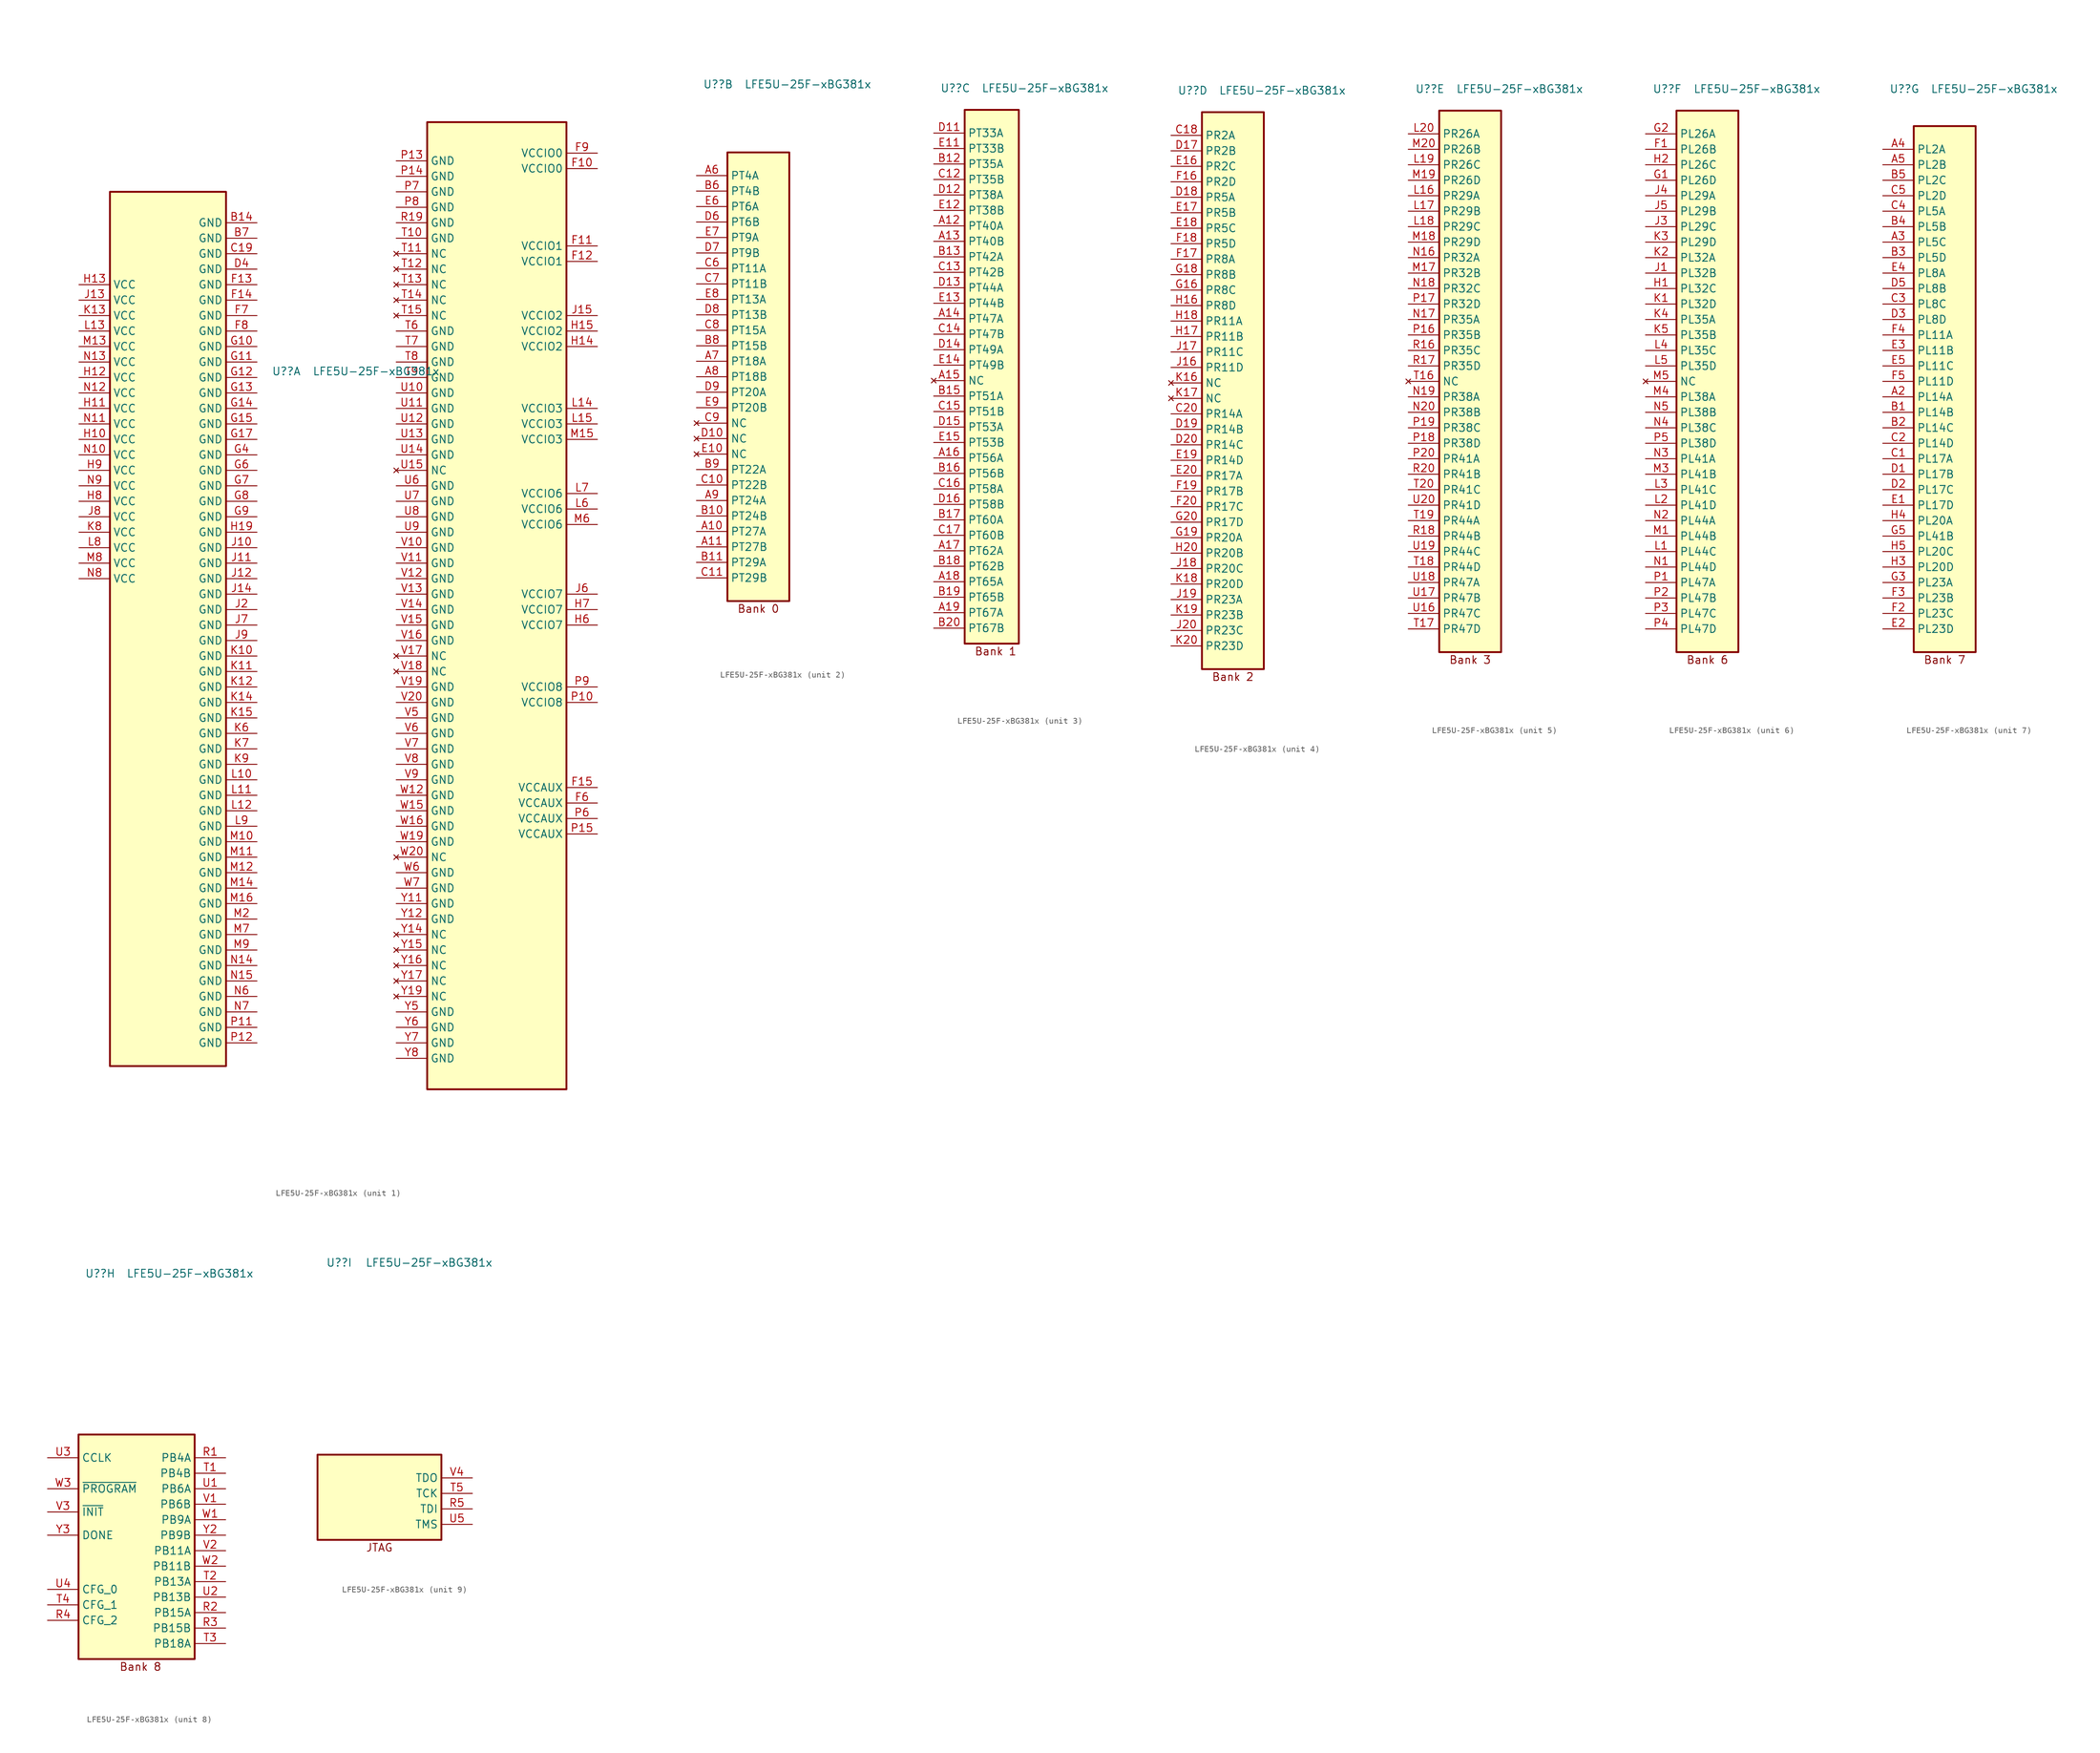
<source format=kicad_sym>
(kicad_symbol_lib
  (version 20231120)
  (generator "kicad_symbol_editor")
  (generator_version "8.0")
  (symbol "LFE5U-25F-xBG381x"
    (property "Reference" "U?"
      (at -6.604 45.466 0)
      (effects (font (size 1.27 1.27))))
    (property "Value" "LFE5U-25F-xBG381x"
      (at 8.128 45.466 0)
      (effects (font (size 1.27 1.27))))
    (property "ki_locked" ""
      (at 0 0 0)
      (effects (font (size 1.27 1.27))))
    (symbol "LFE5U-25F-xBG381x_1_1"
      (rectangle (start -35.56 74.93) (end -16.51 -68.58) (stroke (width 0.305) (type default)) (fill (type background)))
      (rectangle (start 16.51 86.36) (end 39.37 -72.39) (stroke (width 0.305) (type default)) (fill (type background)))
      (pin power_in line (at -11.43 69.85 180) (length 5.08) (name "GND" (effects (font (size 1.27 1.27)))) (number "B14" (effects (font (size 1.27 1.27)))))
      (pin power_in line (at -11.43 67.31 180) (length 5.08) (name "GND" (effects (font (size 1.27 1.27)))) (number "B7" (effects (font (size 1.27 1.27)))))
      (pin power_in line (at -11.43 64.77 180) (length 5.08) (name "GND" (effects (font (size 1.27 1.27)))) (number "C19" (effects (font (size 1.27 1.27)))))
      (pin power_in line (at -11.43 62.23 180) (length 5.08) (name "GND" (effects (font (size 1.27 1.27)))) (number "D4" (effects (font (size 1.27 1.27)))))
      (pin power_in line (at 44.45 78.74 180) (length 5.08) (name "VCCIO0" (effects (font (size 1.27 1.27)))) (number "F10" (effects (font (size 1.27 1.27)))))
      (pin power_in line (at 44.45 66.04 180) (length 5.08) (name "VCCIO1" (effects (font (size 1.27 1.27)))) (number "F11" (effects (font (size 1.27 1.27)))))
      (pin power_in line (at 44.45 63.5 180) (length 5.08) (name "VCCIO1" (effects (font (size 1.27 1.27)))) (number "F12" (effects (font (size 1.27 1.27)))))
      (pin power_in line (at -11.43 59.69 180) (length 5.08) (name "GND" (effects (font (size 1.27 1.27)))) (number "F13" (effects (font (size 1.27 1.27)))))
      (pin power_in line (at -11.43 57.15 180) (length 5.08) (name "GND" (effects (font (size 1.27 1.27)))) (number "F14" (effects (font (size 1.27 1.27)))))
      (pin power_in line (at 44.45 -22.86 180) (length 5.08) (name "VCCAUX" (effects (font (size 1.27 1.27)))) (number "F15" (effects (font (size 1.27 1.27)))))
      (pin power_in line (at 44.45 -25.4 180) (length 5.08) (name "VCCAUX" (effects (font (size 1.27 1.27)))) (number "F6" (effects (font (size 1.27 1.27)))))
      (pin power_in line (at -11.43 54.61 180) (length 5.08) (name "GND" (effects (font (size 1.27 1.27)))) (number "F7" (effects (font (size 1.27 1.27)))))
      (pin power_in line (at -11.43 52.07 180) (length 5.08) (name "GND" (effects (font (size 1.27 1.27)))) (number "F8" (effects (font (size 1.27 1.27)))))
      (pin power_in line (at 44.45 81.28 180) (length 5.08) (name "VCCIO0" (effects (font (size 1.27 1.27)))) (number "F9" (effects (font (size 1.27 1.27)))))
      (pin power_in line (at -11.43 49.53 180) (length 5.08) (name "GND" (effects (font (size 1.27 1.27)))) (number "G10" (effects (font (size 1.27 1.27)))))
      (pin power_in line (at -11.43 46.99 180) (length 5.08) (name "GND" (effects (font (size 1.27 1.27)))) (number "G11" (effects (font (size 1.27 1.27)))))
      (pin power_in line (at -11.43 44.45 180) (length 5.08) (name "GND" (effects (font (size 1.27 1.27)))) (number "G12" (effects (font (size 1.27 1.27)))))
      (pin power_in line (at -11.43 41.91 180) (length 5.08) (name "GND" (effects (font (size 1.27 1.27)))) (number "G13" (effects (font (size 1.27 1.27)))))
      (pin power_in line (at -11.43 39.37 180) (length 5.08) (name "GND" (effects (font (size 1.27 1.27)))) (number "G14" (effects (font (size 1.27 1.27)))))
      (pin power_in line (at -11.43 36.83 180) (length 5.08) (name "GND" (effects (font (size 1.27 1.27)))) (number "G15" (effects (font (size 1.27 1.27)))))
      (pin power_in line (at -11.43 34.29 180) (length 5.08) (name "GND" (effects (font (size 1.27 1.27)))) (number "G17" (effects (font (size 1.27 1.27)))))
      (pin power_in line (at -11.43 31.75 180) (length 5.08) (name "GND" (effects (font (size 1.27 1.27)))) (number "G4" (effects (font (size 1.27 1.27)))))
      (pin power_in line (at -11.43 29.21 180) (length 5.08) (name "GND" (effects (font (size 1.27 1.27)))) (number "G6" (effects (font (size 1.27 1.27)))))
      (pin power_in line (at -11.43 26.67 180) (length 5.08) (name "GND" (effects (font (size 1.27 1.27)))) (number "G7" (effects (font (size 1.27 1.27)))))
      (pin power_in line (at -11.43 24.13 180) (length 5.08) (name "GND" (effects (font (size 1.27 1.27)))) (number "G8" (effects (font (size 1.27 1.27)))))
      (pin power_in line (at -11.43 21.59 180) (length 5.08) (name "GND" (effects (font (size 1.27 1.27)))) (number "G9" (effects (font (size 1.27 1.27)))))
      (pin power_in line (at -40.64 34.29 0) (length 5.08) (name "VCC" (effects (font (size 1.27 1.27)))) (number "H10" (effects (font (size 1.27 1.27)))))
      (pin power_in line (at -40.64 39.37 0) (length 5.08) (name "VCC" (effects (font (size 1.27 1.27)))) (number "H11" (effects (font (size 1.27 1.27)))))
      (pin power_in line (at -40.64 44.45 0) (length 5.08) (name "VCC" (effects (font (size 1.27 1.27)))) (number "H12" (effects (font (size 1.27 1.27)))))
      (pin power_in line (at -40.64 59.69 0) (length 5.08) (name "VCC" (effects (font (size 1.27 1.27)))) (number "H13" (effects (font (size 1.27 1.27)))))
      (pin power_in line (at 44.45 49.53 180) (length 5.08) (name "VCCIO2" (effects (font (size 1.27 1.27)))) (number "H14" (effects (font (size 1.27 1.27)))))
      (pin power_in line (at 44.45 52.07 180) (length 5.08) (name "VCCIO2" (effects (font (size 1.27 1.27)))) (number "H15" (effects (font (size 1.27 1.27)))))
      (pin power_in line (at -11.43 19.05 180) (length 5.08) (name "GND" (effects (font (size 1.27 1.27)))) (number "H19" (effects (font (size 1.27 1.27)))))
      (pin power_in line (at 44.45 3.81 180) (length 5.08) (name "VCCIO7" (effects (font (size 1.27 1.27)))) (number "H6" (effects (font (size 1.27 1.27)))))
      (pin power_in line (at 44.45 6.35 180) (length 5.08) (name "VCCIO7" (effects (font (size 1.27 1.27)))) (number "H7" (effects (font (size 1.27 1.27)))))
      (pin power_in line (at -40.64 24.13 0) (length 5.08) (name "VCC" (effects (font (size 1.27 1.27)))) (number "H8" (effects (font (size 1.27 1.27)))))
      (pin power_in line (at -40.64 29.21 0) (length 5.08) (name "VCC" (effects (font (size 1.27 1.27)))) (number "H9" (effects (font (size 1.27 1.27)))))
      (pin power_in line (at -11.43 16.51 180) (length 5.08) (name "GND" (effects (font (size 1.27 1.27)))) (number "J10" (effects (font (size 1.27 1.27)))))
      (pin power_in line (at -11.43 13.97 180) (length 5.08) (name "GND" (effects (font (size 1.27 1.27)))) (number "J11" (effects (font (size 1.27 1.27)))))
      (pin power_in line (at -11.43 11.43 180) (length 5.08) (name "GND" (effects (font (size 1.27 1.27)))) (number "J12" (effects (font (size 1.27 1.27)))))
      (pin power_in line (at -40.64 57.15 0) (length 5.08) (name "VCC" (effects (font (size 1.27 1.27)))) (number "J13" (effects (font (size 1.27 1.27)))))
      (pin power_in line (at -11.43 8.89 180) (length 5.08) (name "GND" (effects (font (size 1.27 1.27)))) (number "J14" (effects (font (size 1.27 1.27)))))
      (pin power_in line (at 44.45 54.61 180) (length 5.08) (name "VCCIO2" (effects (font (size 1.27 1.27)))) (number "J15" (effects (font (size 1.27 1.27)))))
      (pin power_in line (at -11.43 6.35 180) (length 5.08) (name "GND" (effects (font (size 1.27 1.27)))) (number "J2" (effects (font (size 1.27 1.27)))))
      (pin power_in line (at 44.45 8.89 180) (length 5.08) (name "VCCIO7" (effects (font (size 1.27 1.27)))) (number "J6" (effects (font (size 1.27 1.27)))))
      (pin power_in line (at -11.43 3.81 180) (length 5.08) (name "GND" (effects (font (size 1.27 1.27)))) (number "J7" (effects (font (size 1.27 1.27)))))
      (pin power_in line (at -40.64 21.59 0) (length 5.08) (name "VCC" (effects (font (size 1.27 1.27)))) (number "J8" (effects (font (size 1.27 1.27)))))
      (pin power_in line (at -11.43 1.27 180) (length 5.08) (name "GND" (effects (font (size 1.27 1.27)))) (number "J9" (effects (font (size 1.27 1.27)))))
      (pin power_in line (at -11.43 -1.27 180) (length 5.08) (name "GND" (effects (font (size 1.27 1.27)))) (number "K10" (effects (font (size 1.27 1.27)))))
      (pin power_in line (at -11.43 -3.81 180) (length 5.08) (name "GND" (effects (font (size 1.27 1.27)))) (number "K11" (effects (font (size 1.27 1.27)))))
      (pin power_in line (at -11.43 -6.35 180) (length 5.08) (name "GND" (effects (font (size 1.27 1.27)))) (number "K12" (effects (font (size 1.27 1.27)))))
      (pin power_in line (at -40.64 54.61 0) (length 5.08) (name "VCC" (effects (font (size 1.27 1.27)))) (number "K13" (effects (font (size 1.27 1.27)))))
      (pin power_in line (at -11.43 -8.89 180) (length 5.08) (name "GND" (effects (font (size 1.27 1.27)))) (number "K14" (effects (font (size 1.27 1.27)))))
      (pin power_in line (at -11.43 -11.43 180) (length 5.08) (name "GND" (effects (font (size 1.27 1.27)))) (number "K15" (effects (font (size 1.27 1.27)))))
      (pin power_in line (at -11.43 -13.97 180) (length 5.08) (name "GND" (effects (font (size 1.27 1.27)))) (number "K6" (effects (font (size 1.27 1.27)))))
      (pin power_in line (at -11.43 -16.51 180) (length 5.08) (name "GND" (effects (font (size 1.27 1.27)))) (number "K7" (effects (font (size 1.27 1.27)))))
      (pin power_in line (at -40.64 19.05 0) (length 5.08) (name "VCC" (effects (font (size 1.27 1.27)))) (number "K8" (effects (font (size 1.27 1.27)))))
      (pin power_in line (at -11.43 -19.05 180) (length 5.08) (name "GND" (effects (font (size 1.27 1.27)))) (number "K9" (effects (font (size 1.27 1.27)))))
      (pin power_in line (at -11.43 -21.59 180) (length 5.08) (name "GND" (effects (font (size 1.27 1.27)))) (number "L10" (effects (font (size 1.27 1.27)))))
      (pin power_in line (at -11.43 -24.13 180) (length 5.08) (name "GND" (effects (font (size 1.27 1.27)))) (number "L11" (effects (font (size 1.27 1.27)))))
      (pin power_in line (at -11.43 -26.67 180) (length 5.08) (name "GND" (effects (font (size 1.27 1.27)))) (number "L12" (effects (font (size 1.27 1.27)))))
      (pin power_in line (at -40.64 52.07 0) (length 5.08) (name "VCC" (effects (font (size 1.27 1.27)))) (number "L13" (effects (font (size 1.27 1.27)))))
      (pin power_in line (at 44.45 39.37 180) (length 5.08) (name "VCCIO3" (effects (font (size 1.27 1.27)))) (number "L14" (effects (font (size 1.27 1.27)))))
      (pin power_in line (at 44.45 36.83 180) (length 5.08) (name "VCCIO3" (effects (font (size 1.27 1.27)))) (number "L15" (effects (font (size 1.27 1.27)))))
      (pin power_in line (at 44.45 22.86 180) (length 5.08) (name "VCCIO6" (effects (font (size 1.27 1.27)))) (number "L6" (effects (font (size 1.27 1.27)))))
      (pin power_in line (at 44.45 25.4 180) (length 5.08) (name "VCCIO6" (effects (font (size 1.27 1.27)))) (number "L7" (effects (font (size 1.27 1.27)))))
      (pin power_in line (at -40.64 16.51 0) (length 5.08) (name "VCC" (effects (font (size 1.27 1.27)))) (number "L8" (effects (font (size 1.27 1.27)))))
      (pin power_in line (at -11.43 -29.21 180) (length 5.08) (name "GND" (effects (font (size 1.27 1.27)))) (number "L9" (effects (font (size 1.27 1.27)))))
      (pin power_in line (at -11.43 -31.75 180) (length 5.08) (name "GND" (effects (font (size 1.27 1.27)))) (number "M10" (effects (font (size 1.27 1.27)))))
      (pin power_in line (at -11.43 -34.29 180) (length 5.08) (name "GND" (effects (font (size 1.27 1.27)))) (number "M11" (effects (font (size 1.27 1.27)))))
      (pin power_in line (at -11.43 -36.83 180) (length 5.08) (name "GND" (effects (font (size 1.27 1.27)))) (number "M12" (effects (font (size 1.27 1.27)))))
      (pin power_in line (at -40.64 49.53 0) (length 5.08) (name "VCC" (effects (font (size 1.27 1.27)))) (number "M13" (effects (font (size 1.27 1.27)))))
      (pin power_in line (at -11.43 -39.37 180) (length 5.08) (name "GND" (effects (font (size 1.27 1.27)))) (number "M14" (effects (font (size 1.27 1.27)))))
      (pin power_in line (at 44.45 34.29 180) (length 5.08) (name "VCCIO3" (effects (font (size 1.27 1.27)))) (number "M15" (effects (font (size 1.27 1.27)))))
      (pin power_in line (at -11.43 -41.91 180) (length 5.08) (name "GND" (effects (font (size 1.27 1.27)))) (number "M16" (effects (font (size 1.27 1.27)))))
      (pin power_in line (at -11.43 -44.45 180) (length 5.08) (name "GND" (effects (font (size 1.27 1.27)))) (number "M2" (effects (font (size 1.27 1.27)))))
      (pin power_in line (at 44.45 20.32 180) (length 5.08) (name "VCCIO6" (effects (font (size 1.27 1.27)))) (number "M6" (effects (font (size 1.27 1.27)))))
      (pin power_in line (at -11.43 -46.99 180) (length 5.08) (name "GND" (effects (font (size 1.27 1.27)))) (number "M7" (effects (font (size 1.27 1.27)))))
      (pin power_in line (at -40.64 13.97 0) (length 5.08) (name "VCC" (effects (font (size 1.27 1.27)))) (number "M8" (effects (font (size 1.27 1.27)))))
      (pin power_in line (at -11.43 -49.53 180) (length 5.08) (name "GND" (effects (font (size 1.27 1.27)))) (number "M9" (effects (font (size 1.27 1.27)))))
      (pin power_in line (at -40.64 31.75 0) (length 5.08) (name "VCC" (effects (font (size 1.27 1.27)))) (number "N10" (effects (font (size 1.27 1.27)))))
      (pin power_in line (at -40.64 36.83 0) (length 5.08) (name "VCC" (effects (font (size 1.27 1.27)))) (number "N11" (effects (font (size 1.27 1.27)))))
      (pin power_in line (at -40.64 41.91 0) (length 5.08) (name "VCC" (effects (font (size 1.27 1.27)))) (number "N12" (effects (font (size 1.27 1.27)))))
      (pin power_in line (at -40.64 46.99 0) (length 5.08) (name "VCC" (effects (font (size 1.27 1.27)))) (number "N13" (effects (font (size 1.27 1.27)))))
      (pin power_in line (at -11.43 -52.07 180) (length 5.08) (name "GND" (effects (font (size 1.27 1.27)))) (number "N14" (effects (font (size 1.27 1.27)))))
      (pin power_in line (at -11.43 -54.61 180) (length 5.08) (name "GND" (effects (font (size 1.27 1.27)))) (number "N15" (effects (font (size 1.27 1.27)))))
      (pin power_in line (at -11.43 -57.15 180) (length 5.08) (name "GND" (effects (font (size 1.27 1.27)))) (number "N6" (effects (font (size 1.27 1.27)))))
      (pin power_in line (at -11.43 -59.69 180) (length 5.08) (name "GND" (effects (font (size 1.27 1.27)))) (number "N7" (effects (font (size 1.27 1.27)))))
      (pin power_in line (at -40.64 11.43 0) (length 5.08) (name "VCC" (effects (font (size 1.27 1.27)))) (number "N8" (effects (font (size 1.27 1.27)))))
      (pin power_in line (at -40.64 26.67 0) (length 5.08) (name "VCC" (effects (font (size 1.27 1.27)))) (number "N9" (effects (font (size 1.27 1.27)))))
      (pin power_in line (at 44.45 -8.89 180) (length 5.08) (name "VCCIO8" (effects (font (size 1.27 1.27)))) (number "P10" (effects (font (size 1.27 1.27)))))
      (pin power_in line (at -11.43 -62.23 180) (length 5.08) (name "GND" (effects (font (size 1.27 1.27)))) (number "P11" (effects (font (size 1.27 1.27)))))
      (pin power_in line (at -11.43 -64.77 180) (length 5.08) (name "GND" (effects (font (size 1.27 1.27)))) (number "P12" (effects (font (size 1.27 1.27)))))
      (pin power_in line (at 11.43 80.01 0) (length 5.08) (name "GND" (effects (font (size 1.27 1.27)))) (number "P13" (effects (font (size 1.27 1.27)))))
      (pin power_in line (at 11.43 77.47 0) (length 5.08) (name "GND" (effects (font (size 1.27 1.27)))) (number "P14" (effects (font (size 1.27 1.27)))))
      (pin power_in line (at 44.45 -30.48 180) (length 5.08) (name "VCCAUX" (effects (font (size 1.27 1.27)))) (number "P15" (effects (font (size 1.27 1.27)))))
      (pin power_in line (at 44.45 -27.94 180) (length 5.08) (name "VCCAUX" (effects (font (size 1.27 1.27)))) (number "P6" (effects (font (size 1.27 1.27)))))
      (pin power_in line (at 11.43 74.93 0) (length 5.08) (name "GND" (effects (font (size 1.27 1.27)))) (number "P7" (effects (font (size 1.27 1.27)))))
      (pin power_in line (at 11.43 72.39 0) (length 5.08) (name "GND" (effects (font (size 1.27 1.27)))) (number "P8" (effects (font (size 1.27 1.27)))))
      (pin power_in line (at 44.45 -6.35 180) (length 5.08) (name "VCCIO8" (effects (font (size 1.27 1.27)))) (number "P9" (effects (font (size 1.27 1.27)))))
      (pin power_in line (at 11.43 69.85 0) (length 5.08) (name "GND" (effects (font (size 1.27 1.27)))) (number "R19" (effects (font (size 1.27 1.27)))))
      (pin power_in line (at 11.43 67.31 0) (length 5.08) (name "GND" (effects (font (size 1.27 1.27)))) (number "T10" (effects (font (size 1.27 1.27)))))
      (pin no_connect line (at 11.43 64.77 0) (length 5.08) (name "NC" (effects (font (size 1.27 1.27)))) (number "T11" (effects (font (size 1.27 1.27)))))
      (pin no_connect line (at 11.43 62.23 0) (length 5.08) (name "NC" (effects (font (size 1.27 1.27)))) (number "T12" (effects (font (size 1.27 1.27)))))
      (pin no_connect line (at 11.43 59.69 0) (length 5.08) (name "NC" (effects (font (size 1.27 1.27)))) (number "T13" (effects (font (size 1.27 1.27)))))
      (pin no_connect line (at 11.43 57.15 0) (length 5.08) (name "NC" (effects (font (size 1.27 1.27)))) (number "T14" (effects (font (size 1.27 1.27)))))
      (pin no_connect line (at 11.43 54.61 0) (length 5.08) (name "NC" (effects (font (size 1.27 1.27)))) (number "T15" (effects (font (size 1.27 1.27)))))
      (pin power_in line (at 11.43 52.07 0) (length 5.08) (name "GND" (effects (font (size 1.27 1.27)))) (number "T6" (effects (font (size 1.27 1.27)))))
      (pin power_in line (at 11.43 49.53 0) (length 5.08) (name "GND" (effects (font (size 1.27 1.27)))) (number "T7" (effects (font (size 1.27 1.27)))))
      (pin power_in line (at 11.43 46.99 0) (length 5.08) (name "GND" (effects (font (size 1.27 1.27)))) (number "T8" (effects (font (size 1.27 1.27)))))
      (pin power_in line (at 11.43 44.45 0) (length 5.08) (name "GND" (effects (font (size 1.27 1.27)))) (number "T9" (effects (font (size 1.27 1.27)))))
      (pin power_in line (at 11.43 41.91 0) (length 5.08) (name "GND" (effects (font (size 1.27 1.27)))) (number "U10" (effects (font (size 1.27 1.27)))))
      (pin power_in line (at 11.43 39.37 0) (length 5.08) (name "GND" (effects (font (size 1.27 1.27)))) (number "U11" (effects (font (size 1.27 1.27)))))
      (pin power_in line (at 11.43 36.83 0) (length 5.08) (name "GND" (effects (font (size 1.27 1.27)))) (number "U12" (effects (font (size 1.27 1.27)))))
      (pin power_in line (at 11.43 34.29 0) (length 5.08) (name "GND" (effects (font (size 1.27 1.27)))) (number "U13" (effects (font (size 1.27 1.27)))))
      (pin power_in line (at 11.43 31.75 0) (length 5.08) (name "GND" (effects (font (size 1.27 1.27)))) (number "U14" (effects (font (size 1.27 1.27)))))
      (pin no_connect line (at 11.43 29.21 0) (length 5.08) (name "NC" (effects (font (size 1.27 1.27)))) (number "U15" (effects (font (size 1.27 1.27)))))
      (pin power_in line (at 11.43 26.67 0) (length 5.08) (name "GND" (effects (font (size 1.27 1.27)))) (number "U6" (effects (font (size 1.27 1.27)))))
      (pin power_in line (at 11.43 24.13 0) (length 5.08) (name "GND" (effects (font (size 1.27 1.27)))) (number "U7" (effects (font (size 1.27 1.27)))))
      (pin power_in line (at 11.43 21.59 0) (length 5.08) (name "GND" (effects (font (size 1.27 1.27)))) (number "U8" (effects (font (size 1.27 1.27)))))
      (pin power_in line (at 11.43 19.05 0) (length 5.08) (name "GND" (effects (font (size 1.27 1.27)))) (number "U9" (effects (font (size 1.27 1.27)))))
      (pin power_in line (at 11.43 16.51 0) (length 5.08) (name "GND" (effects (font (size 1.27 1.27)))) (number "V10" (effects (font (size 1.27 1.27)))))
      (pin power_in line (at 11.43 13.97 0) (length 5.08) (name "GND" (effects (font (size 1.27 1.27)))) (number "V11" (effects (font (size 1.27 1.27)))))
      (pin power_in line (at 11.43 11.43 0) (length 5.08) (name "GND" (effects (font (size 1.27 1.27)))) (number "V12" (effects (font (size 1.27 1.27)))))
      (pin power_in line (at 11.43 8.89 0) (length 5.08) (name "GND" (effects (font (size 1.27 1.27)))) (number "V13" (effects (font (size 1.27 1.27)))))
      (pin power_in line (at 11.43 6.35 0) (length 5.08) (name "GND" (effects (font (size 1.27 1.27)))) (number "V14" (effects (font (size 1.27 1.27)))))
      (pin power_in line (at 11.43 3.81 0) (length 5.08) (name "GND" (effects (font (size 1.27 1.27)))) (number "V15" (effects (font (size 1.27 1.27)))))
      (pin power_in line (at 11.43 1.27 0) (length 5.08) (name "GND" (effects (font (size 1.27 1.27)))) (number "V16" (effects (font (size 1.27 1.27)))))
      (pin no_connect line (at 11.43 -1.27 0) (length 5.08) (name "NC" (effects (font (size 1.27 1.27)))) (number "V17" (effects (font (size 1.27 1.27)))))
      (pin no_connect line (at 11.43 -3.81 0) (length 5.08) (name "NC" (effects (font (size 1.27 1.27)))) (number "V18" (effects (font (size 1.27 1.27)))))
      (pin power_in line (at 11.43 -6.35 0) (length 5.08) (name "GND" (effects (font (size 1.27 1.27)))) (number "V19" (effects (font (size 1.27 1.27)))))
      (pin power_in line (at 11.43 -8.89 0) (length 5.08) (name "GND" (effects (font (size 1.27 1.27)))) (number "V20" (effects (font (size 1.27 1.27)))))
      (pin power_in line (at 11.43 -11.43 0) (length 5.08) (name "GND" (effects (font (size 1.27 1.27)))) (number "V5" (effects (font (size 1.27 1.27)))))
      (pin power_in line (at 11.43 -13.97 0) (length 5.08) (name "GND" (effects (font (size 1.27 1.27)))) (number "V6" (effects (font (size 1.27 1.27)))))
      (pin power_in line (at 11.43 -16.51 0) (length 5.08) (name "GND" (effects (font (size 1.27 1.27)))) (number "V7" (effects (font (size 1.27 1.27)))))
      (pin power_in line (at 11.43 -19.05 0) (length 5.08) (name "GND" (effects (font (size 1.27 1.27)))) (number "V8" (effects (font (size 1.27 1.27)))))
      (pin power_in line (at 11.43 -21.59 0) (length 5.08) (name "GND" (effects (font (size 1.27 1.27)))) (number "V9" (effects (font (size 1.27 1.27)))))
      (pin power_in line (at 11.43 -24.13 0) (length 5.08) (name "GND" (effects (font (size 1.27 1.27)))) (number "W12" (effects (font (size 1.27 1.27)))))
      (pin power_in line (at 11.43 -26.67 0) (length 5.08) (name "GND" (effects (font (size 1.27 1.27)))) (number "W15" (effects (font (size 1.27 1.27)))))
      (pin power_in line (at 11.43 -29.21 0) (length 5.08) (name "GND" (effects (font (size 1.27 1.27)))) (number "W16" (effects (font (size 1.27 1.27)))))
      (pin power_in line (at 11.43 -31.75 0) (length 5.08) (name "GND" (effects (font (size 1.27 1.27)))) (number "W19" (effects (font (size 1.27 1.27)))))
      (pin no_connect line (at 11.43 -34.29 0) (length 5.08) (name "NC" (effects (font (size 1.27 1.27)))) (number "W20" (effects (font (size 1.27 1.27)))))
      (pin power_in line (at 11.43 -36.83 0) (length 5.08) (name "GND" (effects (font (size 1.27 1.27)))) (number "W6" (effects (font (size 1.27 1.27)))))
      (pin power_in line (at 11.43 -39.37 0) (length 5.08) (name "GND" (effects (font (size 1.27 1.27)))) (number "W7" (effects (font (size 1.27 1.27)))))
      (pin power_in line (at 11.43 -41.91 0) (length 5.08) (name "GND" (effects (font (size 1.27 1.27)))) (number "Y11" (effects (font (size 1.27 1.27)))))
      (pin power_in line (at 11.43 -44.45 0) (length 5.08) (name "GND" (effects (font (size 1.27 1.27)))) (number "Y12" (effects (font (size 1.27 1.27)))))
      (pin no_connect line (at 11.43 -46.99 0) (length 5.08) (name "NC" (effects (font (size 1.27 1.27)))) (number "Y14" (effects (font (size 1.27 1.27)))))
      (pin no_connect line (at 11.43 -49.53 0) (length 5.08) (name "NC" (effects (font (size 1.27 1.27)))) (number "Y15" (effects (font (size 1.27 1.27)))))
      (pin no_connect line (at 11.43 -52.07 0) (length 5.08) (name "NC" (effects (font (size 1.27 1.27)))) (number "Y16" (effects (font (size 1.27 1.27)))))
      (pin no_connect line (at 11.43 -54.61 0) (length 5.08) (name "NC" (effects (font (size 1.27 1.27)))) (number "Y17" (effects (font (size 1.27 1.27)))))
      (pin no_connect line (at 11.43 -57.15 0) (length 5.08) (name "NC" (effects (font (size 1.27 1.27)))) (number "Y19" (effects (font (size 1.27 1.27)))))
      (pin power_in line (at 11.43 -59.69 0) (length 5.08) (name "GND" (effects (font (size 1.27 1.27)))) (number "Y5" (effects (font (size 1.27 1.27)))))
      (pin power_in line (at 11.43 -62.23 0) (length 5.08) (name "GND" (effects (font (size 1.27 1.27)))) (number "Y6" (effects (font (size 1.27 1.27)))))
      (pin power_in line (at 11.43 -64.77 0) (length 5.08) (name "GND" (effects (font (size 1.27 1.27)))) (number "Y7" (effects (font (size 1.27 1.27)))))
      (pin power_in line (at 11.43 -67.31 0) (length 5.08) (name "GND" (effects (font (size 1.27 1.27)))) (number "Y8" (effects (font (size 1.27 1.27))))))
    (symbol "LFE5U-25F-xBG381x_2_1"
      (rectangle (start -5.08 34.29) (end 5.08 -39.37) (stroke (width 0.305) (type default)) (fill (type background)))
      (text "Bank 0" (at 0 -40.64 0) (effects (font (size 1.27 1.27))))
      (pin bidirectional line (at -10.16 -27.94 0) (length 5.08) (name "PT27A" (effects (font (size 1.27 1.27)))) (number "A10" (effects (font (size 1.27 1.27)))))
      (pin bidirectional line (at -10.16 -30.48 0) (length 5.08) (name "PT27B" (effects (font (size 1.27 1.27)))) (number "A11" (effects (font (size 1.27 1.27)))))
      (pin bidirectional line (at -10.16 30.48 0) (length 5.08) (name "PT4A" (effects (font (size 1.27 1.27)))) (number "A6" (effects (font (size 1.27 1.27)))))
      (pin bidirectional line (at -10.16 0 0) (length 5.08) (name "PT18A" (effects (font (size 1.27 1.27)))) (number "A7" (effects (font (size 1.27 1.27)))))
      (pin bidirectional line (at -10.16 -2.54 0) (length 5.08) (name "PT18B" (effects (font (size 1.27 1.27)))) (number "A8" (effects (font (size 1.27 1.27)))))
      (pin bidirectional line (at -10.16 -22.86 0) (length 5.08) (name "PT24A" (effects (font (size 1.27 1.27)))) (number "A9" (effects (font (size 1.27 1.27)))))
      (pin bidirectional line (at -10.16 -25.4 0) (length 5.08) (name "PT24B" (effects (font (size 1.27 1.27)))) (number "B10" (effects (font (size 1.27 1.27)))))
      (pin bidirectional line (at -10.16 -33.02 0) (length 5.08) (name "PT29A" (effects (font (size 1.27 1.27)))) (number "B11" (effects (font (size 1.27 1.27)))))
      (pin bidirectional line (at -10.16 27.94 0) (length 5.08) (name "PT4B" (effects (font (size 1.27 1.27)))) (number "B6" (effects (font (size 1.27 1.27)))))
      (pin bidirectional line (at -10.16 2.54 0) (length 5.08) (name "PT15B" (effects (font (size 1.27 1.27)))) (number "B8" (effects (font (size 1.27 1.27)))))
      (pin bidirectional line (at -10.16 -17.78 0) (length 5.08) (name "PT22A" (effects (font (size 1.27 1.27)))) (number "B9" (effects (font (size 1.27 1.27)))))
      (pin bidirectional line (at -10.16 -20.32 0) (length 5.08) (name "PT22B" (effects (font (size 1.27 1.27)))) (number "C10" (effects (font (size 1.27 1.27)))))
      (pin bidirectional line (at -10.16 -35.56 0) (length 5.08) (name "PT29B" (effects (font (size 1.27 1.27)))) (number "C11" (effects (font (size 1.27 1.27)))))
      (pin bidirectional line (at -10.16 15.24 0) (length 5.08) (name "PT11A" (effects (font (size 1.27 1.27)))) (number "C6" (effects (font (size 1.27 1.27)))))
      (pin bidirectional line (at -10.16 12.7 0) (length 5.08) (name "PT11B" (effects (font (size 1.27 1.27)))) (number "C7" (effects (font (size 1.27 1.27)))))
      (pin bidirectional line (at -10.16 5.08 0) (length 5.08) (name "PT15A" (effects (font (size 1.27 1.27)))) (number "C8" (effects (font (size 1.27 1.27)))))
      (pin no_connect line (at -10.16 -10.16 0) (length 5.08) (name "NC" (effects (font (size 1.27 1.27)))) (number "C9" (effects (font (size 1.27 1.27)))))
      (pin no_connect line (at -10.16 -12.7 0) (length 5.08) (name "NC" (effects (font (size 1.27 1.27)))) (number "D10" (effects (font (size 1.27 1.27)))))
      (pin bidirectional line (at -10.16 22.86 0) (length 5.08) (name "PT6B" (effects (font (size 1.27 1.27)))) (number "D6" (effects (font (size 1.27 1.27)))))
      (pin bidirectional line (at -10.16 17.78 0) (length 5.08) (name "PT9B" (effects (font (size 1.27 1.27)))) (number "D7" (effects (font (size 1.27 1.27)))))
      (pin bidirectional line (at -10.16 7.62 0) (length 5.08) (name "PT13B" (effects (font (size 1.27 1.27)))) (number "D8" (effects (font (size 1.27 1.27)))))
      (pin bidirectional line (at -10.16 -5.08 0) (length 5.08) (name "PT20A" (effects (font (size 1.27 1.27)))) (number "D9" (effects (font (size 1.27 1.27)))))
      (pin no_connect line (at -10.16 -15.24 0) (length 5.08) (name "NC" (effects (font (size 1.27 1.27)))) (number "E10" (effects (font (size 1.27 1.27)))))
      (pin bidirectional line (at -10.16 25.4 0) (length 5.08) (name "PT6A" (effects (font (size 1.27 1.27)))) (number "E6" (effects (font (size 1.27 1.27)))))
      (pin bidirectional line (at -10.16 20.32 0) (length 5.08) (name "PT9A" (effects (font (size 1.27 1.27)))) (number "E7" (effects (font (size 1.27 1.27)))))
      (pin bidirectional line (at -10.16 10.16 0) (length 5.08) (name "PT13A" (effects (font (size 1.27 1.27)))) (number "E8" (effects (font (size 1.27 1.27)))))
      (pin bidirectional line (at -10.16 -7.62 0) (length 5.08) (name "PT20B" (effects (font (size 1.27 1.27)))) (number "E9" (effects (font (size 1.27 1.27))))))
    (symbol "LFE5U-25F-xBG381x_3_1"
      (rectangle (start -5.08 41.91) (end 3.81 -45.72) (stroke (width 0.305) (type default)) (fill (type background)))
      (text "Bank 1" (at 0 -46.99 0) (effects (font (size 1.27 1.27))))
      (pin bidirectional line (at -10.16 22.86 0) (length 5.08) (name "PT40A" (effects (font (size 1.27 1.27)))) (number "A12" (effects (font (size 1.27 1.27)))))
      (pin bidirectional line (at -10.16 20.32 0) (length 5.08) (name "PT40B" (effects (font (size 1.27 1.27)))) (number "A13" (effects (font (size 1.27 1.27)))))
      (pin bidirectional line (at -10.16 7.62 0) (length 5.08) (name "PT47A" (effects (font (size 1.27 1.27)))) (number "A14" (effects (font (size 1.27 1.27)))))
      (pin no_connect line (at -10.16 -2.54 0) (length 5.08) (name "NC" (effects (font (size 1.27 1.27)))) (number "A15" (effects (font (size 1.27 1.27)))))
      (pin bidirectional line (at -10.16 -15.24 0) (length 5.08) (name "PT56A" (effects (font (size 1.27 1.27)))) (number "A16" (effects (font (size 1.27 1.27)))))
      (pin bidirectional line (at -10.16 -30.48 0) (length 5.08) (name "PT62A" (effects (font (size 1.27 1.27)))) (number "A17" (effects (font (size 1.27 1.27)))))
      (pin bidirectional line (at -10.16 -35.56 0) (length 5.08) (name "PT65A" (effects (font (size 1.27 1.27)))) (number "A18" (effects (font (size 1.27 1.27)))))
      (pin bidirectional line (at -10.16 -40.64 0) (length 5.08) (name "PT67A" (effects (font (size 1.27 1.27)))) (number "A19" (effects (font (size 1.27 1.27)))))
      (pin bidirectional line (at -10.16 33.02 0) (length 5.08) (name "PT35A" (effects (font (size 1.27 1.27)))) (number "B12" (effects (font (size 1.27 1.27)))))
      (pin bidirectional line (at -10.16 17.78 0) (length 5.08) (name "PT42A" (effects (font (size 1.27 1.27)))) (number "B13" (effects (font (size 1.27 1.27)))))
      (pin bidirectional line (at -10.16 -5.08 0) (length 5.08) (name "PT51A" (effects (font (size 1.27 1.27)))) (number "B15" (effects (font (size 1.27 1.27)))))
      (pin bidirectional line (at -10.16 -17.78 0) (length 5.08) (name "PT56B" (effects (font (size 1.27 1.27)))) (number "B16" (effects (font (size 1.27 1.27)))))
      (pin bidirectional line (at -10.16 -25.4 0) (length 5.08) (name "PT60A" (effects (font (size 1.27 1.27)))) (number "B17" (effects (font (size 1.27 1.27)))))
      (pin bidirectional line (at -10.16 -33.02 0) (length 5.08) (name "PT62B" (effects (font (size 1.27 1.27)))) (number "B18" (effects (font (size 1.27 1.27)))))
      (pin bidirectional line (at -10.16 -38.1 0) (length 5.08) (name "PT65B" (effects (font (size 1.27 1.27)))) (number "B19" (effects (font (size 1.27 1.27)))))
      (pin bidirectional line (at -10.16 -43.18 0) (length 5.08) (name "PT67B" (effects (font (size 1.27 1.27)))) (number "B20" (effects (font (size 1.27 1.27)))))
      (pin bidirectional line (at -10.16 30.48 0) (length 5.08) (name "PT35B" (effects (font (size 1.27 1.27)))) (number "C12" (effects (font (size 1.27 1.27)))))
      (pin bidirectional line (at -10.16 15.24 0) (length 5.08) (name "PT42B" (effects (font (size 1.27 1.27)))) (number "C13" (effects (font (size 1.27 1.27)))))
      (pin bidirectional line (at -10.16 5.08 0) (length 5.08) (name "PT47B" (effects (font (size 1.27 1.27)))) (number "C14" (effects (font (size 1.27 1.27)))))
      (pin bidirectional line (at -10.16 -7.62 0) (length 5.08) (name "PT51B" (effects (font (size 1.27 1.27)))) (number "C15" (effects (font (size 1.27 1.27)))))
      (pin bidirectional line (at -10.16 -20.32 0) (length 5.08) (name "PT58A" (effects (font (size 1.27 1.27)))) (number "C16" (effects (font (size 1.27 1.27)))))
      (pin bidirectional line (at -10.16 -27.94 0) (length 5.08) (name "PT60B" (effects (font (size 1.27 1.27)))) (number "C17" (effects (font (size 1.27 1.27)))))
      (pin bidirectional line (at -10.16 38.1 0) (length 5.08) (name "PT33A" (effects (font (size 1.27 1.27)))) (number "D11" (effects (font (size 1.27 1.27)))))
      (pin bidirectional line (at -10.16 27.94 0) (length 5.08) (name "PT38A" (effects (font (size 1.27 1.27)))) (number "D12" (effects (font (size 1.27 1.27)))))
      (pin bidirectional line (at -10.16 12.7 0) (length 5.08) (name "PT44A" (effects (font (size 1.27 1.27)))) (number "D13" (effects (font (size 1.27 1.27)))))
      (pin bidirectional line (at -10.16 2.54 0) (length 5.08) (name "PT49A" (effects (font (size 1.27 1.27)))) (number "D14" (effects (font (size 1.27 1.27)))))
      (pin bidirectional line (at -10.16 -10.16 0) (length 5.08) (name "PT53A" (effects (font (size 1.27 1.27)))) (number "D15" (effects (font (size 1.27 1.27)))))
      (pin bidirectional line (at -10.16 -22.86 0) (length 5.08) (name "PT58B" (effects (font (size 1.27 1.27)))) (number "D16" (effects (font (size 1.27 1.27)))))
      (pin bidirectional line (at -10.16 35.56 0) (length 5.08) (name "PT33B" (effects (font (size 1.27 1.27)))) (number "E11" (effects (font (size 1.27 1.27)))))
      (pin bidirectional line (at -10.16 25.4 0) (length 5.08) (name "PT38B" (effects (font (size 1.27 1.27)))) (number "E12" (effects (font (size 1.27 1.27)))))
      (pin bidirectional line (at -10.16 10.16 0) (length 5.08) (name "PT44B" (effects (font (size 1.27 1.27)))) (number "E13" (effects (font (size 1.27 1.27)))))
      (pin bidirectional line (at -10.16 0 0) (length 5.08) (name "PT49B" (effects (font (size 1.27 1.27)))) (number "E14" (effects (font (size 1.27 1.27)))))
      (pin bidirectional line (at -10.16 -12.7 0) (length 5.08) (name "PT53B" (effects (font (size 1.27 1.27)))) (number "E15" (effects (font (size 1.27 1.27))))))
    (symbol "LFE5U-25F-xBG381x_4_1"
      (rectangle (start -5.08 41.91) (end 5.08 -49.53) (stroke (width 0.305) (type default)) (fill (type background)))
      (text "Bank 2" (at 0 -50.8 0) (effects (font (size 1.27 1.27))))
      (pin bidirectional line (at -10.16 38.1 0) (length 5.08) (name "PR2A" (effects (font (size 1.27 1.27)))) (number "C18" (effects (font (size 1.27 1.27)))))
      (pin bidirectional line (at -10.16 -7.62 0) (length 5.08) (name "PR14A" (effects (font (size 1.27 1.27)))) (number "C20" (effects (font (size 1.27 1.27)))))
      (pin bidirectional line (at -10.16 35.56 0) (length 5.08) (name "PR2B" (effects (font (size 1.27 1.27)))) (number "D17" (effects (font (size 1.27 1.27)))))
      (pin bidirectional line (at -10.16 27.94 0) (length 5.08) (name "PR5A" (effects (font (size 1.27 1.27)))) (number "D18" (effects (font (size 1.27 1.27)))))
      (pin bidirectional line (at -10.16 -10.16 0) (length 5.08) (name "PR14B" (effects (font (size 1.27 1.27)))) (number "D19" (effects (font (size 1.27 1.27)))))
      (pin bidirectional line (at -10.16 -12.7 0) (length 5.08) (name "PR14C" (effects (font (size 1.27 1.27)))) (number "D20" (effects (font (size 1.27 1.27)))))
      (pin bidirectional line (at -10.16 33.02 0) (length 5.08) (name "PR2C" (effects (font (size 1.27 1.27)))) (number "E16" (effects (font (size 1.27 1.27)))))
      (pin bidirectional line (at -10.16 25.4 0) (length 5.08) (name "PR5B" (effects (font (size 1.27 1.27)))) (number "E17" (effects (font (size 1.27 1.27)))))
      (pin bidirectional line (at -10.16 22.86 0) (length 5.08) (name "PR5C" (effects (font (size 1.27 1.27)))) (number "E18" (effects (font (size 1.27 1.27)))))
      (pin bidirectional line (at -10.16 -15.24 0) (length 5.08) (name "PR14D" (effects (font (size 1.27 1.27)))) (number "E19" (effects (font (size 1.27 1.27)))))
      (pin bidirectional line (at -10.16 -17.78 0) (length 5.08) (name "PR17A" (effects (font (size 1.27 1.27)))) (number "E20" (effects (font (size 1.27 1.27)))))
      (pin bidirectional line (at -10.16 30.48 0) (length 5.08) (name "PR2D" (effects (font (size 1.27 1.27)))) (number "F16" (effects (font (size 1.27 1.27)))))
      (pin bidirectional line (at -10.16 17.78 0) (length 5.08) (name "PR8A" (effects (font (size 1.27 1.27)))) (number "F17" (effects (font (size 1.27 1.27)))))
      (pin bidirectional line (at -10.16 20.32 0) (length 5.08) (name "PR5D" (effects (font (size 1.27 1.27)))) (number "F18" (effects (font (size 1.27 1.27)))))
      (pin bidirectional line (at -10.16 -20.32 0) (length 5.08) (name "PR17B" (effects (font (size 1.27 1.27)))) (number "F19" (effects (font (size 1.27 1.27)))))
      (pin bidirectional line (at -10.16 -22.86 0) (length 5.08) (name "PR17C" (effects (font (size 1.27 1.27)))) (number "F20" (effects (font (size 1.27 1.27)))))
      (pin bidirectional line (at -10.16 12.7 0) (length 5.08) (name "PR8C" (effects (font (size 1.27 1.27)))) (number "G16" (effects (font (size 1.27 1.27)))))
      (pin bidirectional line (at -10.16 15.24 0) (length 5.08) (name "PR8B" (effects (font (size 1.27 1.27)))) (number "G18" (effects (font (size 1.27 1.27)))))
      (pin bidirectional line (at -10.16 -27.94 0) (length 5.08) (name "PR20A" (effects (font (size 1.27 1.27)))) (number "G19" (effects (font (size 1.27 1.27)))))
      (pin bidirectional line (at -10.16 -25.4 0) (length 5.08) (name "PR17D" (effects (font (size 1.27 1.27)))) (number "G20" (effects (font (size 1.27 1.27)))))
      (pin bidirectional line (at -10.16 10.16 0) (length 5.08) (name "PR8D" (effects (font (size 1.27 1.27)))) (number "H16" (effects (font (size 1.27 1.27)))))
      (pin bidirectional line (at -10.16 5.08 0) (length 5.08) (name "PR11B" (effects (font (size 1.27 1.27)))) (number "H17" (effects (font (size 1.27 1.27)))))
      (pin bidirectional line (at -10.16 7.62 0) (length 5.08) (name "PR11A" (effects (font (size 1.27 1.27)))) (number "H18" (effects (font (size 1.27 1.27)))))
      (pin bidirectional line (at -10.16 -30.48 0) (length 5.08) (name "PR20B" (effects (font (size 1.27 1.27)))) (number "H20" (effects (font (size 1.27 1.27)))))
      (pin bidirectional line (at -10.16 0 0) (length 5.08) (name "PR11D" (effects (font (size 1.27 1.27)))) (number "J16" (effects (font (size 1.27 1.27)))))
      (pin bidirectional line (at -10.16 2.54 0) (length 5.08) (name "PR11C" (effects (font (size 1.27 1.27)))) (number "J17" (effects (font (size 1.27 1.27)))))
      (pin bidirectional line (at -10.16 -33.02 0) (length 5.08) (name "PR20C" (effects (font (size 1.27 1.27)))) (number "J18" (effects (font (size 1.27 1.27)))))
      (pin bidirectional line (at -10.16 -38.1 0) (length 5.08) (name "PR23A" (effects (font (size 1.27 1.27)))) (number "J19" (effects (font (size 1.27 1.27)))))
      (pin bidirectional line (at -10.16 -43.18 0) (length 5.08) (name "PR23C" (effects (font (size 1.27 1.27)))) (number "J20" (effects (font (size 1.27 1.27)))))
      (pin no_connect line (at -10.16 -2.54 0) (length 5.08) (name "NC" (effects (font (size 1.27 1.27)))) (number "K16" (effects (font (size 1.27 1.27)))))
      (pin no_connect line (at -10.16 -5.08 0) (length 5.08) (name "NC" (effects (font (size 1.27 1.27)))) (number "K17" (effects (font (size 1.27 1.27)))))
      (pin bidirectional line (at -10.16 -35.56 0) (length 5.08) (name "PR20D" (effects (font (size 1.27 1.27)))) (number "K18" (effects (font (size 1.27 1.27)))))
      (pin bidirectional line (at -10.16 -40.64 0) (length 5.08) (name "PR23B" (effects (font (size 1.27 1.27)))) (number "K19" (effects (font (size 1.27 1.27)))))
      (pin bidirectional line (at -10.16 -45.72 0) (length 5.08) (name "PR23D" (effects (font (size 1.27 1.27)))) (number "K20" (effects (font (size 1.27 1.27))))))
    (symbol "LFE5U-25F-xBG381x_5_1"
      (rectangle (start -5.08 41.91) (end 5.08 -46.99) (stroke (width 0.305) (type default)) (fill (type background)))
      (text "Bank 3" (at 0 -48.26 0) (effects (font (size 1.27 1.27))))
      (pin bidirectional line (at -10.16 27.94 0) (length 5.08) (name "PR29A" (effects (font (size 1.27 1.27)))) (number "L16" (effects (font (size 1.27 1.27)))))
      (pin bidirectional line (at -10.16 25.4 0) (length 5.08) (name "PR29B" (effects (font (size 1.27 1.27)))) (number "L17" (effects (font (size 1.27 1.27)))))
      (pin bidirectional line (at -10.16 22.86 0) (length 5.08) (name "PR29C" (effects (font (size 1.27 1.27)))) (number "L18" (effects (font (size 1.27 1.27)))))
      (pin bidirectional line (at -10.16 33.02 0) (length 5.08) (name "PR26C" (effects (font (size 1.27 1.27)))) (number "L19" (effects (font (size 1.27 1.27)))))
      (pin bidirectional line (at -10.16 38.1 0) (length 5.08) (name "PR26A" (effects (font (size 1.27 1.27)))) (number "L20" (effects (font (size 1.27 1.27)))))
      (pin bidirectional line (at -10.16 15.24 0) (length 5.08) (name "PR32B" (effects (font (size 1.27 1.27)))) (number "M17" (effects (font (size 1.27 1.27)))))
      (pin bidirectional line (at -10.16 20.32 0) (length 5.08) (name "PR29D" (effects (font (size 1.27 1.27)))) (number "M18" (effects (font (size 1.27 1.27)))))
      (pin bidirectional line (at -10.16 30.48 0) (length 5.08) (name "PR26D" (effects (font (size 1.27 1.27)))) (number "M19" (effects (font (size 1.27 1.27)))))
      (pin bidirectional line (at -10.16 35.56 0) (length 5.08) (name "PR26B" (effects (font (size 1.27 1.27)))) (number "M20" (effects (font (size 1.27 1.27)))))
      (pin bidirectional line (at -10.16 17.78 0) (length 5.08) (name "PR32A" (effects (font (size 1.27 1.27)))) (number "N16" (effects (font (size 1.27 1.27)))))
      (pin bidirectional line (at -10.16 7.62 0) (length 5.08) (name "PR35A" (effects (font (size 1.27 1.27)))) (number "N17" (effects (font (size 1.27 1.27)))))
      (pin bidirectional line (at -10.16 12.7 0) (length 5.08) (name "PR32C" (effects (font (size 1.27 1.27)))) (number "N18" (effects (font (size 1.27 1.27)))))
      (pin bidirectional line (at -10.16 -5.08 0) (length 5.08) (name "PR38A" (effects (font (size 1.27 1.27)))) (number "N19" (effects (font (size 1.27 1.27)))))
      (pin bidirectional line (at -10.16 -7.62 0) (length 5.08) (name "PR38B" (effects (font (size 1.27 1.27)))) (number "N20" (effects (font (size 1.27 1.27)))))
      (pin bidirectional line (at -10.16 5.08 0) (length 5.08) (name "PR35B" (effects (font (size 1.27 1.27)))) (number "P16" (effects (font (size 1.27 1.27)))))
      (pin bidirectional line (at -10.16 10.16 0) (length 5.08) (name "PR32D" (effects (font (size 1.27 1.27)))) (number "P17" (effects (font (size 1.27 1.27)))))
      (pin bidirectional line (at -10.16 -12.7 0) (length 5.08) (name "PR38D" (effects (font (size 1.27 1.27)))) (number "P18" (effects (font (size 1.27 1.27)))))
      (pin bidirectional line (at -10.16 -10.16 0) (length 5.08) (name "PR38C" (effects (font (size 1.27 1.27)))) (number "P19" (effects (font (size 1.27 1.27)))))
      (pin bidirectional line (at -10.16 -15.24 0) (length 5.08) (name "PR41A" (effects (font (size 1.27 1.27)))) (number "P20" (effects (font (size 1.27 1.27)))))
      (pin bidirectional line (at -10.16 2.54 0) (length 5.08) (name "PR35C" (effects (font (size 1.27 1.27)))) (number "R16" (effects (font (size 1.27 1.27)))))
      (pin bidirectional line (at -10.16 0 0) (length 5.08) (name "PR35D" (effects (font (size 1.27 1.27)))) (number "R17" (effects (font (size 1.27 1.27)))))
      (pin bidirectional line (at -10.16 -27.94 0) (length 5.08) (name "PR44B" (effects (font (size 1.27 1.27)))) (number "R18" (effects (font (size 1.27 1.27)))))
      (pin bidirectional line (at -10.16 -17.78 0) (length 5.08) (name "PR41B" (effects (font (size 1.27 1.27)))) (number "R20" (effects (font (size 1.27 1.27)))))
      (pin no_connect line (at -10.16 -2.54 0) (length 5.08) (name "NC" (effects (font (size 1.27 1.27)))) (number "T16" (effects (font (size 1.27 1.27)))))
      (pin bidirectional line (at -10.16 -43.18 0) (length 5.08) (name "PR47D" (effects (font (size 1.27 1.27)))) (number "T17" (effects (font (size 1.27 1.27)))))
      (pin bidirectional line (at -10.16 -33.02 0) (length 5.08) (name "PR44D" (effects (font (size 1.27 1.27)))) (number "T18" (effects (font (size 1.27 1.27)))))
      (pin bidirectional line (at -10.16 -25.4 0) (length 5.08) (name "PR44A" (effects (font (size 1.27 1.27)))) (number "T19" (effects (font (size 1.27 1.27)))))
      (pin bidirectional line (at -10.16 -20.32 0) (length 5.08) (name "PR41C" (effects (font (size 1.27 1.27)))) (number "T20" (effects (font (size 1.27 1.27)))))
      (pin bidirectional line (at -10.16 -40.64 0) (length 5.08) (name "PR47C" (effects (font (size 1.27 1.27)))) (number "U16" (effects (font (size 1.27 1.27)))))
      (pin bidirectional line (at -10.16 -38.1 0) (length 5.08) (name "PR47B" (effects (font (size 1.27 1.27)))) (number "U17" (effects (font (size 1.27 1.27)))))
      (pin bidirectional line (at -10.16 -35.56 0) (length 5.08) (name "PR47A" (effects (font (size 1.27 1.27)))) (number "U18" (effects (font (size 1.27 1.27)))))
      (pin bidirectional line (at -10.16 -30.48 0) (length 5.08) (name "PR44C" (effects (font (size 1.27 1.27)))) (number "U19" (effects (font (size 1.27 1.27)))))
      (pin bidirectional line (at -10.16 -22.86 0) (length 5.08) (name "PR41D" (effects (font (size 1.27 1.27)))) (number "U20" (effects (font (size 1.27 1.27))))))
    (symbol "LFE5U-25F-xBG381x_6_0"
      (text "Bank 6" (at 0 -48.26 0) (effects (font (size 1.27 1.27)))))
    (symbol "LFE5U-25F-xBG381x_6_1"
      (rectangle (start -5.08 41.91) (end 5.08 -46.99) (stroke (width 0.305) (type default)) (fill (type background)))
      (pin bidirectional line (at -10.16 35.56 0) (length 5.08) (name "PL26B" (effects (font (size 1.27 1.27)))) (number "F1" (effects (font (size 1.27 1.27)))))
      (pin bidirectional line (at -10.16 30.48 0) (length 5.08) (name "PL26D" (effects (font (size 1.27 1.27)))) (number "G1" (effects (font (size 1.27 1.27)))))
      (pin bidirectional line (at -10.16 38.1 0) (length 5.08) (name "PL26A" (effects (font (size 1.27 1.27)))) (number "G2" (effects (font (size 1.27 1.27)))))
      (pin bidirectional line (at -10.16 12.7 0) (length 5.08) (name "PL32C" (effects (font (size 1.27 1.27)))) (number "H1" (effects (font (size 1.27 1.27)))))
      (pin bidirectional line (at -10.16 33.02 0) (length 5.08) (name "PL26C" (effects (font (size 1.27 1.27)))) (number "H2" (effects (font (size 1.27 1.27)))))
      (pin bidirectional line (at -10.16 15.24 0) (length 5.08) (name "PL32B" (effects (font (size 1.27 1.27)))) (number "J1" (effects (font (size 1.27 1.27)))))
      (pin bidirectional line (at -10.16 22.86 0) (length 5.08) (name "PL29C" (effects (font (size 1.27 1.27)))) (number "J3" (effects (font (size 1.27 1.27)))))
      (pin bidirectional line (at -10.16 27.94 0) (length 5.08) (name "PL29A" (effects (font (size 1.27 1.27)))) (number "J4" (effects (font (size 1.27 1.27)))))
      (pin bidirectional line (at -10.16 25.4 0) (length 5.08) (name "PL29B" (effects (font (size 1.27 1.27)))) (number "J5" (effects (font (size 1.27 1.27)))))
      (pin bidirectional line (at -10.16 10.16 0) (length 5.08) (name "PL32D" (effects (font (size 1.27 1.27)))) (number "K1" (effects (font (size 1.27 1.27)))))
      (pin bidirectional line (at -10.16 17.78 0) (length 5.08) (name "PL32A" (effects (font (size 1.27 1.27)))) (number "K2" (effects (font (size 1.27 1.27)))))
      (pin bidirectional line (at -10.16 20.32 0) (length 5.08) (name "PL29D" (effects (font (size 1.27 1.27)))) (number "K3" (effects (font (size 1.27 1.27)))))
      (pin bidirectional line (at -10.16 7.62 0) (length 5.08) (name "PL35A" (effects (font (size 1.27 1.27)))) (number "K4" (effects (font (size 1.27 1.27)))))
      (pin bidirectional line (at -10.16 5.08 0) (length 5.08) (name "PL35B" (effects (font (size 1.27 1.27)))) (number "K5" (effects (font (size 1.27 1.27)))))
      (pin bidirectional line (at -10.16 -30.48 0) (length 5.08) (name "PL44C" (effects (font (size 1.27 1.27)))) (number "L1" (effects (font (size 1.27 1.27)))))
      (pin bidirectional line (at -10.16 -22.86 0) (length 5.08) (name "PL41D" (effects (font (size 1.27 1.27)))) (number "L2" (effects (font (size 1.27 1.27)))))
      (pin bidirectional line (at -10.16 -20.32 0) (length 5.08) (name "PL41C" (effects (font (size 1.27 1.27)))) (number "L3" (effects (font (size 1.27 1.27)))))
      (pin bidirectional line (at -10.16 2.54 0) (length 5.08) (name "PL35C" (effects (font (size 1.27 1.27)))) (number "L4" (effects (font (size 1.27 1.27)))))
      (pin bidirectional line (at -10.16 0 0) (length 5.08) (name "PL35D" (effects (font (size 1.27 1.27)))) (number "L5" (effects (font (size 1.27 1.27)))))
      (pin bidirectional line (at -10.16 -27.94 0) (length 5.08) (name "PL44B" (effects (font (size 1.27 1.27)))) (number "M1" (effects (font (size 1.27 1.27)))))
      (pin bidirectional line (at -10.16 -17.78 0) (length 5.08) (name "PL41B" (effects (font (size 1.27 1.27)))) (number "M3" (effects (font (size 1.27 1.27)))))
      (pin bidirectional line (at -10.16 -5.08 0) (length 5.08) (name "PL38A" (effects (font (size 1.27 1.27)))) (number "M4" (effects (font (size 1.27 1.27)))))
      (pin no_connect line (at -10.16 -2.54 0) (length 5.08) (name "NC" (effects (font (size 1.27 1.27)))) (number "M5" (effects (font (size 1.27 1.27)))))
      (pin bidirectional line (at -10.16 -33.02 0) (length 5.08) (name "PL44D" (effects (font (size 1.27 1.27)))) (number "N1" (effects (font (size 1.27 1.27)))))
      (pin bidirectional line (at -10.16 -25.4 0) (length 5.08) (name "PL44A" (effects (font (size 1.27 1.27)))) (number "N2" (effects (font (size 1.27 1.27)))))
      (pin bidirectional line (at -10.16 -15.24 0) (length 5.08) (name "PL41A" (effects (font (size 1.27 1.27)))) (number "N3" (effects (font (size 1.27 1.27)))))
      (pin bidirectional line (at -10.16 -10.16 0) (length 5.08) (name "PL38C" (effects (font (size 1.27 1.27)))) (number "N4" (effects (font (size 1.27 1.27)))))
      (pin bidirectional line (at -10.16 -7.62 0) (length 5.08) (name "PL38B" (effects (font (size 1.27 1.27)))) (number "N5" (effects (font (size 1.27 1.27)))))
      (pin bidirectional line (at -10.16 -35.56 0) (length 5.08) (name "PL47A" (effects (font (size 1.27 1.27)))) (number "P1" (effects (font (size 1.27 1.27)))))
      (pin bidirectional line (at -10.16 -38.1 0) (length 5.08) (name "PL47B" (effects (font (size 1.27 1.27)))) (number "P2" (effects (font (size 1.27 1.27)))))
      (pin bidirectional line (at -10.16 -40.64 0) (length 5.08) (name "PL47C" (effects (font (size 1.27 1.27)))) (number "P3" (effects (font (size 1.27 1.27)))))
      (pin bidirectional line (at -10.16 -43.18 0) (length 5.08) (name "PL47D" (effects (font (size 1.27 1.27)))) (number "P4" (effects (font (size 1.27 1.27)))))
      (pin bidirectional line (at -10.16 -12.7 0) (length 5.08) (name "PL38D" (effects (font (size 1.27 1.27)))) (number "P5" (effects (font (size 1.27 1.27))))))
    (symbol "LFE5U-25F-xBG381x_7_0"
      (text "Bank 7" (at 0 -48.26 0) (effects (font (size 1.27 1.27)))))
    (symbol "LFE5U-25F-xBG381x_7_1"
      (rectangle (start -5.08 39.37) (end 5.08 -46.99) (stroke (width 0.305) (type default)) (fill (type background)))
      (pin bidirectional line (at -10.16 -5.08 0) (length 5.08) (name "PL14A" (effects (font (size 1.27 1.27)))) (number "A2" (effects (font (size 1.27 1.27)))))
      (pin bidirectional line (at -10.16 20.32 0) (length 5.08) (name "PL5C" (effects (font (size 1.27 1.27)))) (number "A3" (effects (font (size 1.27 1.27)))))
      (pin bidirectional line (at -10.16 35.56 0) (length 5.08) (name "PL2A" (effects (font (size 1.27 1.27)))) (number "A4" (effects (font (size 1.27 1.27)))))
      (pin bidirectional line (at -10.16 33.02 0) (length 5.08) (name "PL2B" (effects (font (size 1.27 1.27)))) (number "A5" (effects (font (size 1.27 1.27)))))
      (pin bidirectional line (at -10.16 -7.62 0) (length 5.08) (name "PL14B" (effects (font (size 1.27 1.27)))) (number "B1" (effects (font (size 1.27 1.27)))))
      (pin bidirectional line (at -10.16 -10.16 0) (length 5.08) (name "PL14C" (effects (font (size 1.27 1.27)))) (number "B2" (effects (font (size 1.27 1.27)))))
      (pin bidirectional line (at -10.16 17.78 0) (length 5.08) (name "PL5D" (effects (font (size 1.27 1.27)))) (number "B3" (effects (font (size 1.27 1.27)))))
      (pin bidirectional line (at -10.16 22.86 0) (length 5.08) (name "PL5B" (effects (font (size 1.27 1.27)))) (number "B4" (effects (font (size 1.27 1.27)))))
      (pin bidirectional line (at -10.16 30.48 0) (length 5.08) (name "PL2C" (effects (font (size 1.27 1.27)))) (number "B5" (effects (font (size 1.27 1.27)))))
      (pin bidirectional line (at -10.16 -15.24 0) (length 5.08) (name "PL17A" (effects (font (size 1.27 1.27)))) (number "C1" (effects (font (size 1.27 1.27)))))
      (pin bidirectional line (at -10.16 -12.7 0) (length 5.08) (name "PL14D" (effects (font (size 1.27 1.27)))) (number "C2" (effects (font (size 1.27 1.27)))))
      (pin bidirectional line (at -10.16 10.16 0) (length 5.08) (name "PL8C" (effects (font (size 1.27 1.27)))) (number "C3" (effects (font (size 1.27 1.27)))))
      (pin bidirectional line (at -10.16 25.4 0) (length 5.08) (name "PL5A" (effects (font (size 1.27 1.27)))) (number "C4" (effects (font (size 1.27 1.27)))))
      (pin bidirectional line (at -10.16 27.94 0) (length 5.08) (name "PL2D" (effects (font (size 1.27 1.27)))) (number "C5" (effects (font (size 1.27 1.27)))))
      (pin bidirectional line (at -10.16 -17.78 0) (length 5.08) (name "PL17B" (effects (font (size 1.27 1.27)))) (number "D1" (effects (font (size 1.27 1.27)))))
      (pin bidirectional line (at -10.16 -20.32 0) (length 5.08) (name "PL17C" (effects (font (size 1.27 1.27)))) (number "D2" (effects (font (size 1.27 1.27)))))
      (pin bidirectional line (at -10.16 7.62 0) (length 5.08) (name "PL8D" (effects (font (size 1.27 1.27)))) (number "D3" (effects (font (size 1.27 1.27)))))
      (pin bidirectional line (at -10.16 12.7 0) (length 5.08) (name "PL8B" (effects (font (size 1.27 1.27)))) (number "D5" (effects (font (size 1.27 1.27)))))
      (pin bidirectional line (at -10.16 -22.86 0) (length 5.08) (name "PL17D" (effects (font (size 1.27 1.27)))) (number "E1" (effects (font (size 1.27 1.27)))))
      (pin bidirectional line (at -10.16 -43.18 0) (length 5.08) (name "PL23D" (effects (font (size 1.27 1.27)))) (number "E2" (effects (font (size 1.27 1.27)))))
      (pin bidirectional line (at -10.16 2.54 0) (length 5.08) (name "PL11B" (effects (font (size 1.27 1.27)))) (number "E3" (effects (font (size 1.27 1.27)))))
      (pin bidirectional line (at -10.16 15.24 0) (length 5.08) (name "PL8A" (effects (font (size 1.27 1.27)))) (number "E4" (effects (font (size 1.27 1.27)))))
      (pin bidirectional line (at -10.16 0 0) (length 5.08) (name "PL11C" (effects (font (size 1.27 1.27)))) (number "E5" (effects (font (size 1.27 1.27)))))
      (pin bidirectional line (at -10.16 -40.64 0) (length 5.08) (name "PL23C" (effects (font (size 1.27 1.27)))) (number "F2" (effects (font (size 1.27 1.27)))))
      (pin bidirectional line (at -10.16 -38.1 0) (length 5.08) (name "PL23B" (effects (font (size 1.27 1.27)))) (number "F3" (effects (font (size 1.27 1.27)))))
      (pin bidirectional line (at -10.16 5.08 0) (length 5.08) (name "PL11A" (effects (font (size 1.27 1.27)))) (number "F4" (effects (font (size 1.27 1.27)))))
      (pin bidirectional line (at -10.16 -2.54 0) (length 5.08) (name "PL11D" (effects (font (size 1.27 1.27)))) (number "F5" (effects (font (size 1.27 1.27)))))
      (pin bidirectional line (at -10.16 -35.56 0) (length 5.08) (name "PL23A" (effects (font (size 1.27 1.27)))) (number "G3" (effects (font (size 1.27 1.27)))))
      (pin bidirectional line (at -10.16 -27.94 0) (length 5.08) (name "PL41B" (effects (font (size 1.27 1.27)))) (number "G5" (effects (font (size 1.27 1.27)))))
      (pin bidirectional line (at -10.16 -33.02 0) (length 5.08) (name "PL20D" (effects (font (size 1.27 1.27)))) (number "H3" (effects (font (size 1.27 1.27)))))
      (pin bidirectional line (at -10.16 -25.4 0) (length 5.08) (name "PL20A" (effects (font (size 1.27 1.27)))) (number "H4" (effects (font (size 1.27 1.27)))))
      (pin bidirectional line (at -10.16 -30.48 0) (length 5.08) (name "PL20C" (effects (font (size 1.27 1.27)))) (number "H5" (effects (font (size 1.27 1.27))))))
    (symbol "LFE5U-25F-xBG381x_8_1"
      (rectangle (start -10.16 19.05) (end 8.89 -17.78) (stroke (width 0.305) (type default)) (fill (type background)))
      (text "Bank 8" (at 0 -19.05 0) (effects (font (size 1.27 1.27))))
      (pin bidirectional line (at 13.97 15.24 180) (length 5.08) (name "PB4A" (effects (font (size 1.27 1.27)))) (number "R1" (effects (font (size 1.27 1.27)))))
      (pin bidirectional line (at 13.97 -10.16 180) (length 5.08) (name "PB15A" (effects (font (size 1.27 1.27)))) (number "R2" (effects (font (size 1.27 1.27)))))
      (pin bidirectional line (at 13.97 -12.7 180) (length 5.08) (name "PB15B" (effects (font (size 1.27 1.27)))) (number "R3" (effects (font (size 1.27 1.27)))))
      (pin input line (at -15.24 -11.43 0) (length 5.08) (name "CFG_2" (effects (font (size 1.27 1.27)))) (number "R4" (effects (font (size 1.27 1.27)))))
      (pin bidirectional line (at 13.97 12.7 180) (length 5.08) (name "PB4B" (effects (font (size 1.27 1.27)))) (number "T1" (effects (font (size 1.27 1.27)))))
      (pin input line (at 13.97 -5.08 180) (length 5.08) (name "PB13A" (effects (font (size 1.27 1.27)))) (number "T2" (effects (font (size 1.27 1.27)))))
      (pin input line (at 13.97 -15.24 180) (length 5.08) (name "PB18A" (effects (font (size 1.27 1.27)))) (number "T3" (effects (font (size 1.27 1.27)))))
      (pin input line (at -15.24 -8.89 0) (length 5.08) (name "CFG_1" (effects (font (size 1.27 1.27)))) (number "T4" (effects (font (size 1.27 1.27)))))
      (pin bidirectional line (at 13.97 10.16 180) (length 5.08) (name "PB6A" (effects (font (size 1.27 1.27)))) (number "U1" (effects (font (size 1.27 1.27)))))
      (pin input line (at 13.97 -7.62 180) (length 5.08) (name "PB13B" (effects (font (size 1.27 1.27)))) (number "U2" (effects (font (size 1.27 1.27)))))
      (pin bidirectional line (at -15.24 15.24 0) (length 5.08) (name "CCLK" (effects (font (size 1.27 1.27)))) (number "U3" (effects (font (size 1.27 1.27)))))
      (pin input line (at -15.24 -6.35 0) (length 5.08) (name "CFG_0" (effects (font (size 1.27 1.27)))) (number "U4" (effects (font (size 1.27 1.27)))))
      (pin bidirectional line (at 13.97 7.62 180) (length 5.08) (name "PB6B" (effects (font (size 1.27 1.27)))) (number "V1" (effects (font (size 1.27 1.27)))))
      (pin bidirectional line (at 13.97 0 180) (length 5.08) (name "PB11A" (effects (font (size 1.27 1.27)))) (number "V2" (effects (font (size 1.27 1.27)))))
      (pin open_collector line (at -15.24 6.35 0) (length 5.08) (name "~{INIT}" (effects (font (size 1.27 1.27)))) (number "V3" (effects (font (size 1.27 1.27)))))
      (pin bidirectional line (at 13.97 5.08 180) (length 5.08) (name "PB9A" (effects (font (size 1.27 1.27)))) (number "W1" (effects (font (size 1.27 1.27)))))
      (pin bidirectional line (at 13.97 -2.54 180) (length 5.08) (name "PB11B" (effects (font (size 1.27 1.27)))) (number "W2" (effects (font (size 1.27 1.27)))))
      (pin input line (at -15.24 10.16 0) (length 5.08) (name "~{PROGRAM}" (effects (font (size 1.27 1.27)))) (number "W3" (effects (font (size 1.27 1.27)))))
      (pin bidirectional line (at 13.97 2.54 180) (length 5.08) (name "PB9B" (effects (font (size 1.27 1.27)))) (number "Y2" (effects (font (size 1.27 1.27)))))
      (pin open_collector line (at -15.24 2.54 0) (length 5.08) (name "DONE" (effects (font (size 1.27 1.27)))) (number "Y3" (effects (font (size 1.27 1.27))))))
    (symbol "LFE5U-25F-xBG381x_9_1"
      (rectangle (start -10.16 13.97) (end 10.16 0) (stroke (width 0.305) (type default)) (fill (type background)))
      (text "JTAG" (at 0 -1.27 0) (effects (font (size 1.27 1.27))))
      (pin input line (at 15.24 5.08 180) (length 5.08) (name "TDI" (effects (font (size 1.27 1.27)))) (number "R5" (effects (font (size 1.27 1.27)))))
      (pin input line (at 15.24 7.62 180) (length 5.08) (name "TCK" (effects (font (size 1.27 1.27)))) (number "T5" (effects (font (size 1.27 1.27)))))
      (pin input line (at 15.24 2.54 180) (length 5.08) (name "TMS" (effects (font (size 1.27 1.27)))) (number "U5" (effects (font (size 1.27 1.27)))))
      (pin output line (at 15.24 10.16 180) (length 5.08) (name "TDO" (effects (font (size 1.27 1.27)))) (number "V4" (effects (font (size 1.27 1.27)))))
      (pin no_connect line (at -10.16 2.54 0) (length 5.08) hide (name "RESERVED" (effects (font (size 1.27 1.27)))) (number "W10" (effects (font (size 1.27 1.27)))))
      (pin no_connect line (at -10.16 3.81 0) (length 5.08) hide (name "RESERVED" (effects (font (size 1.27 1.27)))) (number "W11" (effects (font (size 1.27 1.27)))))
      (pin no_connect line (at -10.16 6.35 0) (length 5.08) hide (name "NC" (effects (font (size 1.27 1.27)))) (number "W13" (effects (font (size 1.27 1.27)))))
      (pin no_connect line (at -10.16 7.62 0) (length 5.08) hide (name "NC" (effects (font (size 1.27 1.27)))) (number "W14" (effects (font (size 1.27 1.27)))))
      (pin no_connect line (at -10.16 11.43 0) (length 5.08) hide (name "NC" (effects (font (size 1.27 1.27)))) (number "W17" (effects (font (size 1.27 1.27)))))
      (pin no_connect line (at -10.16 12.7 0) (length 5.08) hide (name "NC" (effects (font (size 1.27 1.27)))) (number "W18" (effects (font (size 1.27 1.27)))))
      (pin no_connect line (at -10.16 10.16 0) (length 5.08) hide (name "RESERVED" (effects (font (size 1.27 1.27)))) (number "W4" (effects (font (size 1.27 1.27)))))
      (pin no_connect line (at -10.16 8.89 0) (length 5.08) hide (name "RESERVED" (effects (font (size 1.27 1.27)))) (number "W5" (effects (font (size 1.27 1.27)))))
      (pin no_connect line (at -10.16 5.08 0) (length 5.08) hide (name "RESERVED" (effects (font (size 1.27 1.27)))) (number "W8" (effects (font (size 1.27 1.27)))))
      (pin no_connect line (at -10.16 1.27 0) (length 5.08) hide (name "RESERVED" (effects (font (size 1.27 1.27)))) (number "W9" (effects (font (size 1.27 1.27))))))))
</source>
